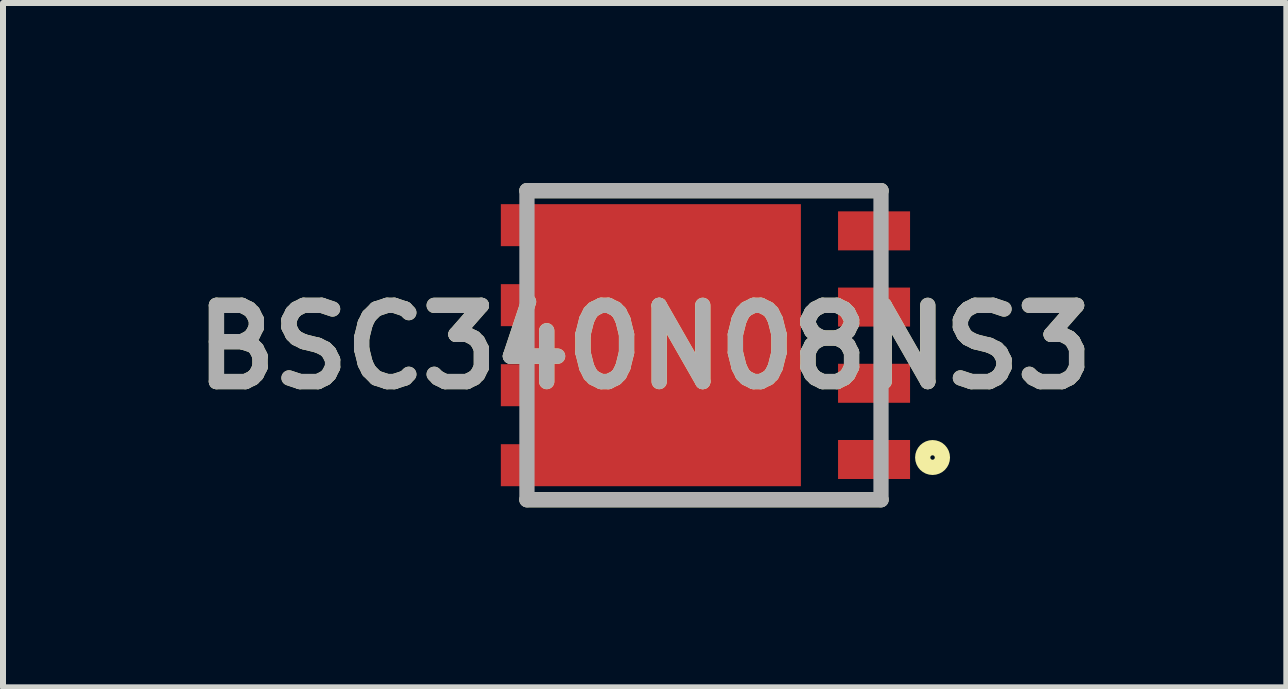
<source format=kicad_pcb>
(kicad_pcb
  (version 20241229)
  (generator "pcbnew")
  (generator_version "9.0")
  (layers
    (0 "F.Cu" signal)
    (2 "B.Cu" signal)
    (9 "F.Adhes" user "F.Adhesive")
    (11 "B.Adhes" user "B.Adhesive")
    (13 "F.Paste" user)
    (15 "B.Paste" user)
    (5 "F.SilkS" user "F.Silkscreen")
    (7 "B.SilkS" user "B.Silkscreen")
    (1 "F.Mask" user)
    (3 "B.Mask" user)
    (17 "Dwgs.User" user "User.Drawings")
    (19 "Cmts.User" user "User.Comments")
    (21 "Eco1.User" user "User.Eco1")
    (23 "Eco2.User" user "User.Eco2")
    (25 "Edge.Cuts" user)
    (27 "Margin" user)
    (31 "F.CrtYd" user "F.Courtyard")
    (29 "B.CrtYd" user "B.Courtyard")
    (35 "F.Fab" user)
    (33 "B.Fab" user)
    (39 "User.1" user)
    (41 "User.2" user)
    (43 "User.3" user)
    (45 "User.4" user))
  (footprint "BSC340N08NS3"
    (layer "F.Cu")
    (at 8.681 2.702)
    (property "Reference" "BSC340N08NS3" (at -0.988 0.032 0) (layer "F.SilkS") (effects (font (size 1.27 1.27) (thickness 0.254))))
    (attr smd)
    (fp_line (start -2.95 -2.575) (end 2.95 -2.575) (stroke (width 0.254) (type solid)) (layer "F.SilkS"))
    (fp_line (start 2.95 2.575) (end -2.95 2.575) (stroke (width 0.254) (type solid)) (layer "F.SilkS"))
    (fp_circle (center 3.809 1.872) (end 3.809 1.909) (stroke (width 0.254) (type solid)) (fill no) (layer "F.SilkS"))
    (fp_line (start -2.95 -2.575) (end 2.95 -2.575) (stroke (width 0.254) (type solid)) (layer "F.Fab"))
    (fp_line (start -2.95 2.575) (end -2.95 -2.575) (stroke (width 0.254) (type solid)) (layer "F.Fab"))
    (fp_line (start 2.95 -2.575) (end 2.95 2.575) (stroke (width 0.254) (type solid)) (layer "F.Fab"))
    (fp_line (start 2.95 2.575) (end -2.95 2.575) (stroke (width 0.254) (type solid)) (layer "F.Fab"))
    (fp_text user "${REFERENCE}" (at -0.988 0.032 0) (layer "F.Fab") (effects (font (size 1.27 1.27) (thickness 0.254))))
    (pad "1" smd rect (at 2.834 1.905 90) (size 0.65 1.2) (layers "F.Cu" "F.Mask" "F.Paste"))
    (pad "2" smd rect (at 2.834 0.635 90) (size 0.65 1.2) (layers "F.Cu" "F.Mask" "F.Paste"))
    (pad "3" smd rect (at 2.834 -0.635 90) (size 0.65 1.2) (layers "F.Cu" "F.Mask" "F.Paste"))
    (pad "4" smd rect (at 2.834 -1.905 90) (size 0.65 1.2) (layers "F.Cu" "F.Mask" "F.Paste"))
    (pad "5" smd rect (at -3.135 -2) (size 0.5 0.7) (layers "F.Cu" "F.Mask" "F.Paste"))
    (pad "6" smd rect (at -3.135 -0.667) (size 0.5 0.7) (layers "F.Cu" "F.Mask" "F.Paste"))
    (pad "7" smd rect (at -3.135 0.667) (size 0.5 0.7) (layers "F.Cu" "F.Mask" "F.Paste"))
    (pad "8" smd rect (at -3.135 2) (size 0.5 0.7) (layers "F.Cu" "F.Mask" "F.Paste"))
    (pad "9" smd rect (at -0.635 0) (size 4.5 4.7) (layers "F.Cu" "F.Mask" "F.Paste")))
  (gr_rect
    (start -3 -3)
    (end 18.385 8.404)
    (stroke (width 0.1) (type default))
    (fill no)
    (layer "Edge.Cuts")))
</source>
